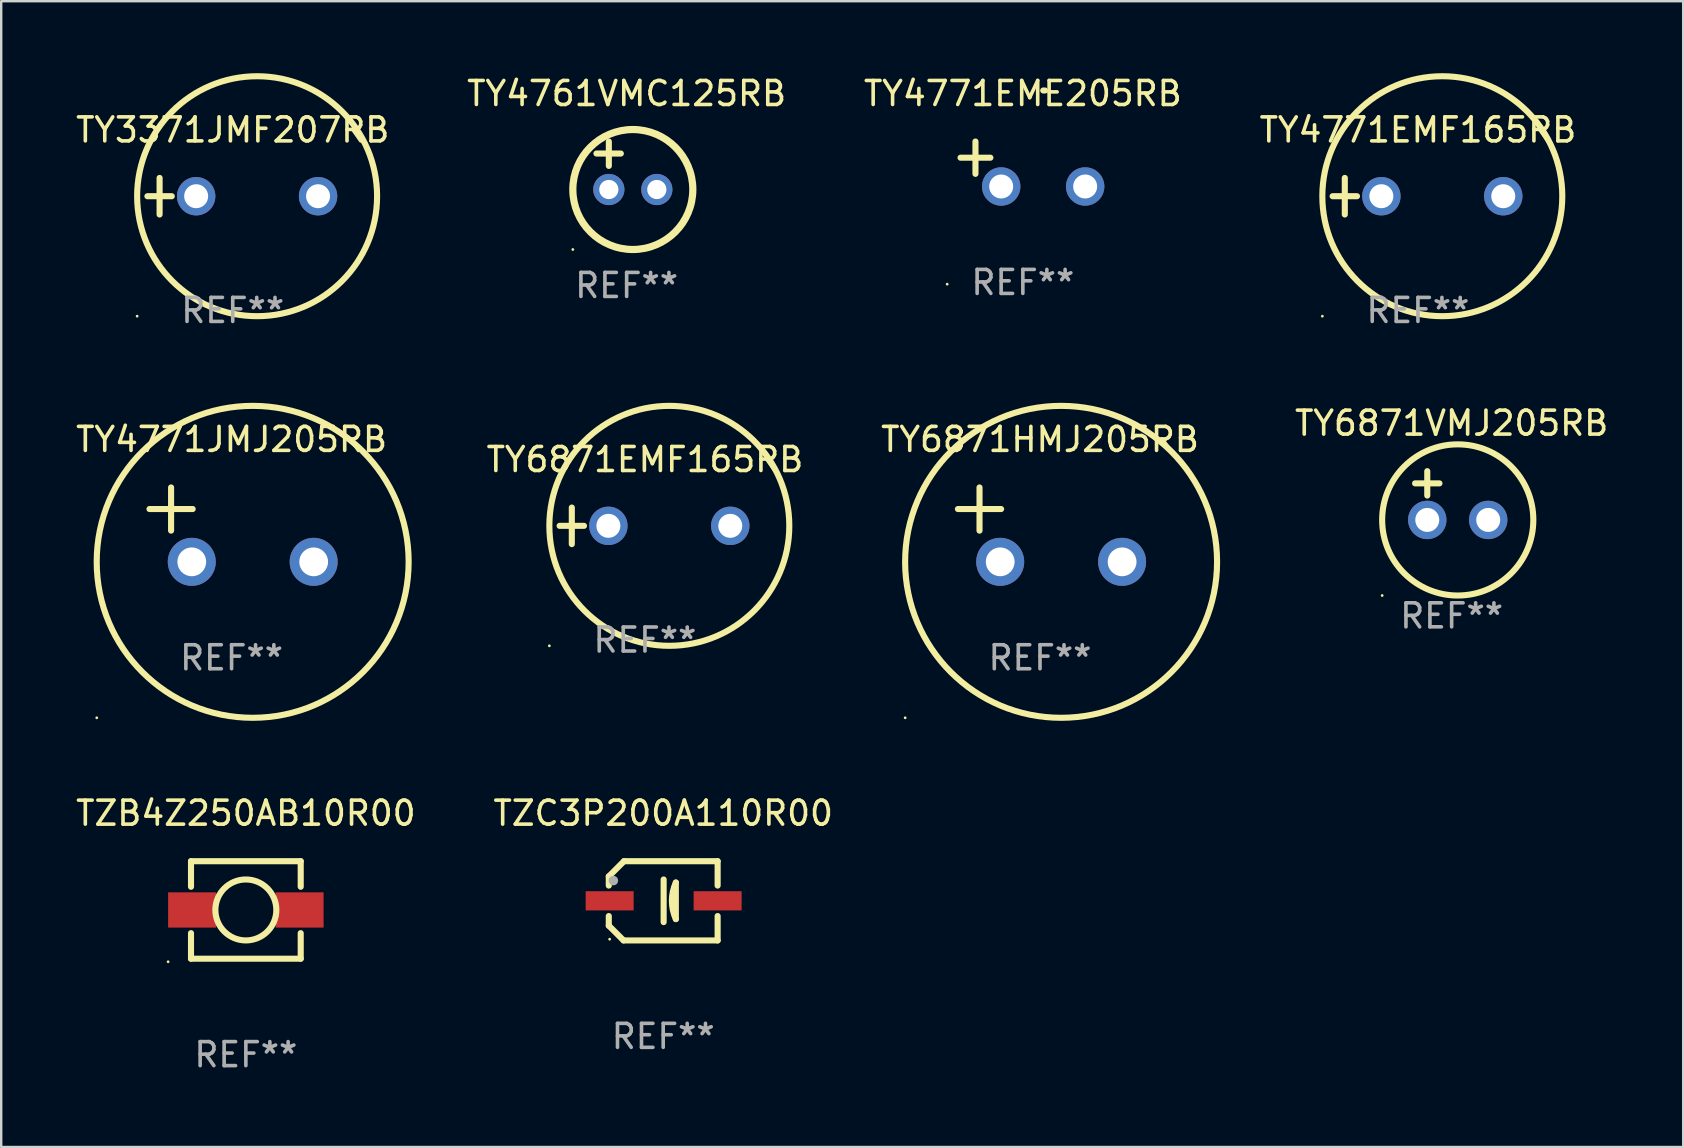
<source format=kicad_pcb>
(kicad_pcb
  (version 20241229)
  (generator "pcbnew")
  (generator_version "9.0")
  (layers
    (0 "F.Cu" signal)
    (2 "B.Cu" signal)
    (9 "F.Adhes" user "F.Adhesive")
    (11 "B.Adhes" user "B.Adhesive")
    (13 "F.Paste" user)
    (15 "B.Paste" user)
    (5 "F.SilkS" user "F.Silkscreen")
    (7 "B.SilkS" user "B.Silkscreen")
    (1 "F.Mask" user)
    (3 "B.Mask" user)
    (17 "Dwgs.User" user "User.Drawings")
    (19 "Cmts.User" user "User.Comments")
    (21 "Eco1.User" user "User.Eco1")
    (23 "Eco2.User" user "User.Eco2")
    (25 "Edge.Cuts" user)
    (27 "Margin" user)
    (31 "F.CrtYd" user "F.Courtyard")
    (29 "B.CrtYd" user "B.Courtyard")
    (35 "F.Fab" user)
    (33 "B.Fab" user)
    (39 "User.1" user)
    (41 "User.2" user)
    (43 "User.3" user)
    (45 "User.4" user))
  (footprint "TY6871EMF165RB"
    (layer "F.Cu")
    (at 23.828 18.864)
    (property "Reference" "TY6871EMF165RB" (at 0 -2.762 0) (layer "F.SilkS") (effects (font (size 1 1) (thickness 0.15))))
    (attr through_hole)
    (fp_line (start -3.556 0) (end -2.54 0) (stroke (width 0.254) (type solid)) (layer "F.SilkS"))
    (fp_line (start -3.048 -0.762) (end -3.048 0.762) (stroke (width 0.254) (type solid)) (layer "F.SilkS"))
    (fp_circle (center -3.984 5) (end -3.954 5) (stroke (width 0.06) (type solid)) (fill no) (layer "F.SilkS"))
    (fp_circle (center 1.016 0) (end 6.016 0) (stroke (width 0.254) (type solid)) (fill no) (layer "F.SilkS"))
    (fp_text user "REF**" (at 0 4.762 0) (layer "F.Fab") (effects (font (size 1 1) (thickness 0.15))))
    (pad "1" thru_hole circle (at -1.524 0) (size 1.6 1.6) (drill 1) (layers "*.Cu" "*.Mask"))
    (pad "2" thru_hole circle (at 3.556 0) (size 1.6 1.6) (drill 1) (layers "*.Cu" "*.Mask")))
  (footprint "TY4771JMJ205RB"
    (layer "F.Cu")
    (at 6.601 18.814)
    (property "Reference" "TY4771JMJ205RB" (at 0 -3.55 0) (layer "F.SilkS") (effects (font (size 1 1) (thickness 0.15))))
    (attr through_hole)
    (fp_line (start -3.421 -0.65) (end -1.621 -0.65) (stroke (width 0.254) (type solid)) (layer "F.SilkS"))
    (fp_line (start -2.521 -1.55) (end -2.521 0.25) (stroke (width 0.254) (type solid)) (layer "F.SilkS"))
    (fp_circle (center -5.619 8.05) (end -5.589 8.05) (stroke (width 0.06) (type solid)) (fill no) (layer "F.SilkS"))
    (fp_circle (center 0.879 1.55) (end 7.379 1.55) (stroke (width 0.254) (type solid)) (fill no) (layer "F.SilkS"))
    (fp_text user "REF**" (at 0 5.55 0) (layer "F.Fab") (effects (font (size 1 1) (thickness 0.15))))
    (pad "1" thru_hole circle (at -1.659 1.55) (size 2 2) (drill 1.2) (layers "*.Cu" "*.Mask"))
    (pad "2" thru_hole circle (at 3.421 1.55) (size 2 2) (drill 1.2) (layers "*.Cu" "*.Mask")))
  (footprint "TZB4Z250AB10R00"
    (layer "F.Cu")
    (at 7.196 34.872)
    (property "Reference" "TZB4Z250AB10R00" (at 0 -4.032 0) (layer "F.SilkS") (effects (font (size 1 1) (thickness 0.15))))
    (attr through_hole)
    (fp_line (start -2.286 -2.032) (end -2.286 -0.966) (stroke (width 0.254) (type solid)) (layer "F.SilkS"))
    (fp_line (start -2.286 -2.032) (end 2.286 -2.032) (stroke (width 0.254) (type solid)) (layer "F.SilkS"))
    (fp_line (start -2.286 0.966) (end -2.286 2.032) (stroke (width 0.254) (type solid)) (layer "F.SilkS"))
    (fp_line (start -2.286 2.032) (end 2.286 2.032) (stroke (width 0.254) (type solid)) (layer "F.SilkS"))
    (fp_line (start 2.286 -2.032) (end 2.286 -0.966) (stroke (width 0.254) (type solid)) (layer "F.SilkS"))
    (fp_line (start 2.286 0.966) (end 2.286 2.032) (stroke (width 0.254) (type solid)) (layer "F.SilkS"))
    (fp_circle (center -3.24 2.159) (end -3.21 2.159) (stroke (width 0.06) (type solid)) (fill no) (layer "F.SilkS"))
    (fp_circle (center 0 0) (end 1.27 0) (stroke (width 0.254) (type solid)) (fill no) (layer "F.SilkS"))
    (fp_text user "+" (at -0.82 0.018 0) (layer "B.Mask") (effects (font (size 1 1) (thickness 0.15))))
    (fp_text user "REF**" (at 0 6.032 0) (layer "F.Fab") (effects (font (size 1 1) (thickness 0.15))))
    (pad "1" smd rect (at -2.24 0.000254) (size 2 1.47) (layers "F.Cu" "F.Mask" "F.Paste"))
    (pad "2" smd rect (at 2.24 0.000254) (size 2 1.47) (layers "F.Cu" "F.Mask" "F.Paste")))
  (footprint "TY6871VMJ205RB"
    (layer "F.Cu")
    (at 57.447 17.602)
    (property "Reference" "TY6871VMJ205RB" (at 0 -3.016 0) (layer "F.SilkS") (effects (font (size 1 1) (thickness 0.15))))
    (attr through_hole)
    (fp_line (start -1.524 -0.508) (end -0.508 -0.508) (stroke (width 0.254) (type solid)) (layer "F.SilkS"))
    (fp_line (start -1.016 -1.016) (end -1.016 0) (stroke (width 0.254) (type solid)) (layer "F.SilkS"))
    (fp_circle (center -2.896 4.166) (end -2.866 4.166) (stroke (width 0.06) (type solid)) (fill no) (layer "F.SilkS"))
    (fp_circle (center 0.254 1.016) (end 3.404 1.016) (stroke (width 0.254) (type solid)) (fill no) (layer "F.SilkS"))
    (fp_text user "REF**" (at 0 5.016 0) (layer "F.Fab") (effects (font (size 1 1) (thickness 0.15))))
    (pad "1" thru_hole circle (at -1.016 1.016) (size 1.6 1.6) (drill 1) (layers "*.Cu" "*.Mask"))
    (pad "2" thru_hole circle (at 1.524 1.016) (size 1.6 1.6) (drill 1) (layers "*.Cu" "*.Mask")))
  (footprint "TY4771EME205RB"
    (layer "F.Cu")
    (at 39.577 3.785)
    (property "Reference" "TY4771EME205RB" (at 0 -2.937 0) (layer "F.SilkS") (effects (font (size 1 1) (thickness 0.15))))
    (attr through_hole)
    (fp_line (start -1.975 0.41) (end -1.975 -0.937) (stroke (width 0.254) (type solid)) (layer "F.SilkS"))
    (fp_line (start -1.353 -0.263) (end -2.597 -0.263) (stroke (width 0.254) (type solid)) (layer "F.SilkS"))
    (fp_arc (start 0.849809 -3.063957) (mid 0.885369 -3.064114) (end 0.920929 -3.063957) (stroke (width 0.254001) (type solid)) (layer "F.SilkS"))
    (fp_circle (center -3.154 5.008) (end -3.124 5.008) (stroke (width 0.06) (type solid)) (fill no) (layer "F.SilkS"))
    (fp_text user "REF**" (at 0 4.937 0) (layer "F.Fab") (effects (font (size 1 1) (thickness 0.15))))
    (pad "1" thru_hole circle (at -0.903 0.937) (size 1.6 1.6) (drill 1) (layers "*.Cu" "*.Mask"))
    (pad "2" thru_hole circle (at 2.597 0.937) (size 1.6 1.6) (drill 1) (layers "*.Cu" "*.Mask")))
  (footprint "TY4771EMF165RB"
    (layer "F.Cu")
    (at 56.042 5.127)
    (property "Reference" "TY4771EMF165RB" (at 0 -2.762 0) (layer "F.SilkS") (effects (font (size 1 1) (thickness 0.15))))
    (attr through_hole)
    (fp_line (start -3.556 0) (end -2.54 0) (stroke (width 0.254) (type solid)) (layer "F.SilkS"))
    (fp_line (start -3.048 -0.762) (end -3.048 0.762) (stroke (width 0.254) (type solid)) (layer "F.SilkS"))
    (fp_circle (center -3.984 5) (end -3.954 5) (stroke (width 0.06) (type solid)) (fill no) (layer "F.SilkS"))
    (fp_circle (center 1.016 0) (end 6.016 0) (stroke (width 0.254) (type solid)) (fill no) (layer "F.SilkS"))
    (fp_text user "REF**" (at 0 4.762 0) (layer "F.Fab") (effects (font (size 1 1) (thickness 0.15))))
    (pad "1" thru_hole circle (at -1.524 0) (size 1.6 1.6) (drill 1) (layers "*.Cu" "*.Mask"))
    (pad "2" thru_hole circle (at 3.556 0) (size 1.6 1.6) (drill 1) (layers "*.Cu" "*.Mask")))
  (footprint "TZC3P200A110R00"
    (layer "F.Cu")
    (at 24.589 34.491)
    (property "Reference" "TZC3P200A110R00" (at 0 -3.651 0) (layer "F.SilkS") (effects (font (size 1 1) (thickness 0.15))))
    (attr through_hole)
    (fp_line (start -2.268 -1.017) (end -1.634 -1.651) (stroke (width 0.254) (type solid)) (layer "F.SilkS"))
    (fp_line (start -2.268 -0.635) (end -2.268 -1.017) (stroke (width 0.254) (type solid)) (layer "F.SilkS"))
    (fp_line (start -2.268 0.635) (end -2.268 1.035) (stroke (width 0.254) (type solid)) (layer "F.SilkS"))
    (fp_line (start -2.268 1.035) (end -1.653 1.651) (stroke (width 0.254) (type solid)) (layer "F.SilkS"))
    (fp_line (start -1.653 1.651) (end 2.268 1.651) (stroke (width 0.254) (type solid)) (layer "F.SilkS"))
    (fp_line (start -1.634 -1.651) (end 2.268 -1.651) (stroke (width 0.254) (type solid)) (layer "F.SilkS"))
    (fp_line (start 0.018 -0.889) (end 0.018 0.889) (stroke (width 0.254) (type solid)) (layer "F.SilkS"))
    (fp_line (start 0.526 -0.762) (end 0.526 0.762) (stroke (width 0.254) (type solid)) (layer "F.SilkS"))
    (fp_line (start 2.268 -1.651) (end 2.268 -0.635) (stroke (width 0.254) (type solid)) (layer "F.SilkS"))
    (fp_line (start 2.268 1.651) (end 2.268 0.635) (stroke (width 0.254) (type solid)) (layer "F.SilkS"))
    (fp_arc (start 0.526365 0.762002) (mid 0.361456 0) (end 0.526365 -0.762002) (stroke (width 0.254001) (type solid)) (layer "F.SilkS"))
    (fp_circle (center -2.232 1.6) (end -2.202 1.6) (stroke (width 0.06) (type solid)) (fill no) (layer "F.SilkS"))
    (fp_circle (center -2.077 -0.843) (end -1.977 -0.843) (stroke (width 0.2) (type solid)) (fill no) (layer "F.Fab"))
    (fp_text user "REF**" (at 0 5.651 0) (layer "F.Fab") (effects (font (size 1 1) (thickness 0.15))))
    (pad "1" smd rect (at -2.232 0) (size 2 0.8) (layers "F.Cu" "F.Mask" "F.Paste"))
    (pad "2" smd rect (at 2.268 0) (size 2 0.8) (layers "F.Cu" "F.Mask" "F.Paste")))
  (footprint "TY6871HMJ205RB"
    (layer "F.Cu")
    (at 40.292 18.814)
    (property "Reference" "TY6871HMJ205RB" (at 0 -3.55 0) (layer "F.SilkS") (effects (font (size 1 1) (thickness 0.15))))
    (attr through_hole)
    (fp_line (start -3.421 -0.65) (end -1.621 -0.65) (stroke (width 0.254) (type solid)) (layer "F.SilkS"))
    (fp_line (start -2.521 -1.55) (end -2.521 0.25) (stroke (width 0.254) (type solid)) (layer "F.SilkS"))
    (fp_circle (center -5.619 8.05) (end -5.589 8.05) (stroke (width 0.06) (type solid)) (fill no) (layer "F.SilkS"))
    (fp_circle (center 0.879 1.55) (end 7.379 1.55) (stroke (width 0.254) (type solid)) (fill no) (layer "F.SilkS"))
    (fp_text user "REF**" (at 0 5.55 0) (layer "F.Fab") (effects (font (size 1 1) (thickness 0.15))))
    (pad "1" thru_hole circle (at -1.659 1.55) (size 2 2) (drill 1.2) (layers "*.Cu" "*.Mask"))
    (pad "2" thru_hole circle (at 3.421 1.55) (size 2 2) (drill 1.2) (layers "*.Cu" "*.Mask")))
  (footprint "TY3371JMF207RB"
    (layer "F.Cu")
    (at 6.649 5.127)
    (property "Reference" "TY3371JMF207RB" (at 0 -2.762 0) (layer "F.SilkS") (effects (font (size 1 1) (thickness 0.15))))
    (attr through_hole)
    (fp_line (start -3.556 0) (end -2.54 0) (stroke (width 0.254) (type solid)) (layer "F.SilkS"))
    (fp_line (start -3.048 -0.762) (end -3.048 0.762) (stroke (width 0.254) (type solid)) (layer "F.SilkS"))
    (fp_circle (center -3.984 5) (end -3.954 5) (stroke (width 0.06) (type solid)) (fill no) (layer "F.SilkS"))
    (fp_circle (center 1.016 0) (end 6.016 0) (stroke (width 0.254) (type solid)) (fill no) (layer "F.SilkS"))
    (fp_text user "REF**" (at 0 4.762 0) (layer "F.Fab") (effects (font (size 1 1) (thickness 0.15))))
    (pad "1" thru_hole circle (at -1.524 0) (size 1.6 1.6) (drill 1) (layers "*.Cu" "*.Mask"))
    (pad "2" thru_hole circle (at 3.556 0) (size 1.6 1.6) (drill 1) (layers "*.Cu" "*.Mask")))
  (footprint "TY4761VMC125RB"
    (layer "F.Cu")
    (at 23.065 3.848)
    (property "Reference" "TY4761VMC125RB" (at 0 -3 0) (layer "F.SilkS") (effects (font (size 1 1) (thickness 0.15))))
    (attr through_hole)
    (fp_line (start -1.258 -0.5) (end -0.242 -0.5) (stroke (width 0.254) (type solid)) (layer "F.SilkS"))
    (fp_line (start -0.742 -1) (end -0.742 0.016) (stroke (width 0.254) (type solid)) (layer "F.SilkS"))
    (fp_circle (center -2.242 3.5) (end -2.212 3.5) (stroke (width 0.06) (type solid)) (fill no) (layer "F.SilkS"))
    (fp_circle (center 0.258 1) (end 2.758 1) (stroke (width 0.3) (type solid)) (fill no) (layer "F.SilkS"))
    (fp_text user "REF**" (at 0 5 0) (layer "F.Fab") (effects (font (size 1 1) (thickness 0.15))))
    (pad "1" thru_hole circle (at -0.742 1) (size 1.3 1.3) (drill 0.8) (layers "*.Cu" "*.Mask"))
    (pad "2" thru_hole circle (at 1.258 1) (size 1.3 1.3) (drill 0.8) (layers "*.Cu" "*.Mask")))
  (gr_rect
    (start -3 -3)
    (end 67.096 44.752)
    (stroke (width 0.1) (type default))
    (fill no)
    (layer "Edge.Cuts")))
</source>
